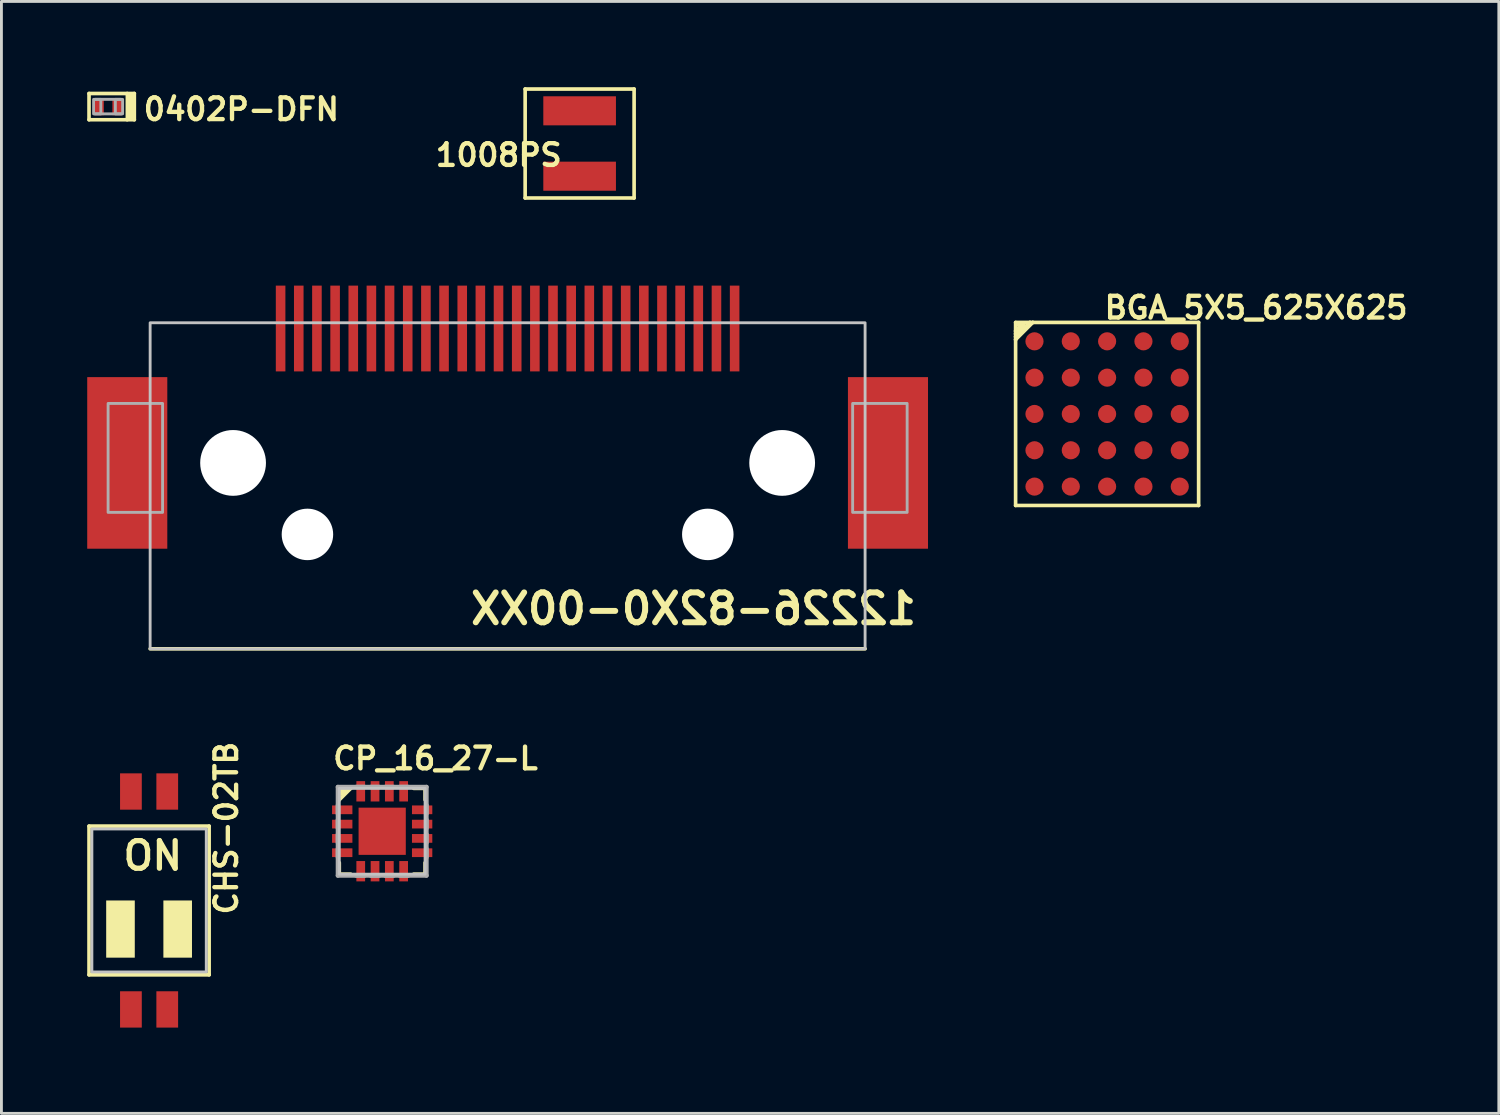
<source format=kicad_pcb>
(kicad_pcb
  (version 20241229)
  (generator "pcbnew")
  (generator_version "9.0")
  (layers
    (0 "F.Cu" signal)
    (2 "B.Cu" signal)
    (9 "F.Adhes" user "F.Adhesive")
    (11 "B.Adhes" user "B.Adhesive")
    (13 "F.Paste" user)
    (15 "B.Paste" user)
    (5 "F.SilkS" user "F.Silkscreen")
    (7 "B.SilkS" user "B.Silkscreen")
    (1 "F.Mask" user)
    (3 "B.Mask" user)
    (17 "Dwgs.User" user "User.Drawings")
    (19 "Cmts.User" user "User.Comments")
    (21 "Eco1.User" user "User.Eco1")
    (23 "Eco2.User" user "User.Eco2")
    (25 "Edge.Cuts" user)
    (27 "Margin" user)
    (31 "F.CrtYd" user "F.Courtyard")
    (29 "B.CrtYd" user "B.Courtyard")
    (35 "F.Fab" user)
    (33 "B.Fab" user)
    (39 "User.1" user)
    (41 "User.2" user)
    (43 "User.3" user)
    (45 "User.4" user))
  (footprint "BGA_5X5_625X625"
    (layer "F.Cu")
    (at 35.663 11.425)
    (property "Reference" "BGA_5X5_625X625" (at -0.175 -3.272 0) (layer "F.SilkS") (effects (font (size 0.76 0.76) (thickness 0.152)) (justify left bottom)))
    (attr through_hole)
    (fp_line (start -3.2 -3.2) (end -2.7 -3.2) (stroke (width 0.127) (type solid)) (layer "F.SilkS"))
    (fp_line (start -3.2 -2.9) (end -3.2 -3.2) (stroke (width 0.127) (type solid)) (layer "F.SilkS"))
    (fp_line (start -3.2 -2.9) (end -3 -3.1) (stroke (width 0.127) (type solid)) (layer "F.SilkS"))
    (fp_line (start -3.2 -2.8) (end -3.2 -2.9) (stroke (width 0.127) (type solid)) (layer "F.SilkS"))
    (fp_line (start -3.2 -2.7) (end -3.2 -2.8) (stroke (width 0.127) (type solid)) (layer "F.SilkS"))
    (fp_line (start -3.2 -2.6) (end -3.2 -2.7) (stroke (width 0.127) (type solid)) (layer "F.SilkS"))
    (fp_line (start -3.2 3.2) (end -3.2 -2.6) (stroke (width 0.127) (type solid)) (layer "F.SilkS"))
    (fp_line (start -3 -3.1) (end -3.1 -3.1) (stroke (width 0.127) (type solid)) (layer "F.SilkS"))
    (fp_line (start -2.9 -3.1) (end -3.2 -2.8) (stroke (width 0.127) (type solid)) (layer "F.SilkS"))
    (fp_line (start -2.7 -3.2) (end -3.2 -2.7) (stroke (width 0.127) (type solid)) (layer "F.SilkS"))
    (fp_line (start -2.7 -3.2) (end -2.6 -3.2) (stroke (width 0.127) (type solid)) (layer "F.SilkS"))
    (fp_line (start -2.6 -3.2) (end -3.2 -2.6) (stroke (width 0.127) (type solid)) (layer "F.SilkS"))
    (fp_line (start -2.6 -3.2) (end 3.2 -3.2) (stroke (width 0.127) (type solid)) (layer "F.SilkS"))
    (fp_line (start 3.2 -3.2) (end 3.2 3.2) (stroke (width 0.127) (type solid)) (layer "F.SilkS"))
    (fp_line (start 3.2 3.2) (end -3.2 3.2) (stroke (width 0.127) (type solid)) (layer "F.SilkS"))
    (pad "A1" smd roundrect (at -2.54 -2.54) (size 0.635 0.635) (layers "F.Cu" "F.Mask" "F.Paste") (roundrect_rratio 0.5))
    (pad "A2" smd roundrect (at -1.27 -2.54) (size 0.635 0.635) (layers "F.Cu" "F.Mask" "F.Paste") (roundrect_rratio 0.5))
    (pad "A3" smd roundrect (at 0 -2.54) (size 0.635 0.635) (layers "F.Cu" "F.Mask" "F.Paste") (roundrect_rratio 0.5))
    (pad "A4" smd roundrect (at 1.27 -2.54) (size 0.635 0.635) (layers "F.Cu" "F.Mask" "F.Paste") (roundrect_rratio 0.5))
    (pad "A5" smd roundrect (at 2.54 -2.54) (size 0.635 0.635) (layers "F.Cu" "F.Mask" "F.Paste") (roundrect_rratio 0.5))
    (pad "B1" smd roundrect (at -2.54 -1.27) (size 0.635 0.635) (layers "F.Cu" "F.Mask" "F.Paste") (roundrect_rratio 0.5))
    (pad "B2" smd roundrect (at -1.27 -1.27) (size 0.635 0.635) (layers "F.Cu" "F.Mask" "F.Paste") (roundrect_rratio 0.5))
    (pad "B3" smd roundrect (at 0 -1.27) (size 0.635 0.635) (layers "F.Cu" "F.Mask" "F.Paste") (roundrect_rratio 0.5))
    (pad "B4" smd roundrect (at 1.27 -1.27) (size 0.635 0.635) (layers "F.Cu" "F.Mask" "F.Paste") (roundrect_rratio 0.5))
    (pad "B5" smd roundrect (at 2.54 -1.27) (size 0.635 0.635) (layers "F.Cu" "F.Mask" "F.Paste") (roundrect_rratio 0.5))
    (pad "C1" smd roundrect (at -2.54 0) (size 0.635 0.635) (layers "F.Cu" "F.Mask" "F.Paste") (roundrect_rratio 0.5))
    (pad "C2" smd roundrect (at -1.27 0) (size 0.635 0.635) (layers "F.Cu" "F.Mask" "F.Paste") (roundrect_rratio 0.5))
    (pad "C3" smd roundrect (at 0 0) (size 0.635 0.635) (layers "F.Cu" "F.Mask" "F.Paste") (roundrect_rratio 0.5))
    (pad "C4" smd roundrect (at 1.27 0) (size 0.635 0.635) (layers "F.Cu" "F.Mask" "F.Paste") (roundrect_rratio 0.5))
    (pad "C5" smd roundrect (at 2.54 0) (size 0.635 0.635) (layers "F.Cu" "F.Mask" "F.Paste") (roundrect_rratio 0.5))
    (pad "D1" smd roundrect (at -2.54 1.27) (size 0.635 0.635) (layers "F.Cu" "F.Mask" "F.Paste") (roundrect_rratio 0.5))
    (pad "D2" smd roundrect (at -1.27 1.27) (size 0.635 0.635) (layers "F.Cu" "F.Mask" "F.Paste") (roundrect_rratio 0.5))
    (pad "D3" smd roundrect (at 0 1.27) (size 0.635 0.635) (layers "F.Cu" "F.Mask" "F.Paste") (roundrect_rratio 0.5))
    (pad "D4" smd roundrect (at 1.27 1.27) (size 0.635 0.635) (layers "F.Cu" "F.Mask" "F.Paste") (roundrect_rratio 0.5))
    (pad "D5" smd roundrect (at 2.54 1.27) (size 0.635 0.635) (layers "F.Cu" "F.Mask" "F.Paste") (roundrect_rratio 0.5))
    (pad "E1" smd roundrect (at -2.54 2.54) (size 0.635 0.635) (layers "F.Cu" "F.Mask" "F.Paste") (roundrect_rratio 0.5))
    (pad "E2" smd roundrect (at -1.27 2.54) (size 0.635 0.635) (layers "F.Cu" "F.Mask" "F.Paste") (roundrect_rratio 0.5))
    (pad "E3" smd roundrect (at 0 2.54) (size 0.635 0.635) (layers "F.Cu" "F.Mask" "F.Paste") (roundrect_rratio 0.5))
    (pad "E4" smd roundrect (at 1.27 2.54) (size 0.635 0.635) (layers "F.Cu" "F.Mask" "F.Paste") (roundrect_rratio 0.5))
    (pad "E5" smd roundrect (at 2.54 2.54) (size 0.635 0.635) (layers "F.Cu" "F.Mask" "F.Paste") (roundrect_rratio 0.5)))
  (footprint "CP_16_27-L"
    (layer "F.Cu")
    (at 10.314 26.017)
    (property "Reference" "CP_16_27-L" (at -1.8 -2.1 180) (layer "F.SilkS") (effects (font (size 0.76 0.76) (thickness 0.152)) (justify left bottom)))
    (attr through_hole)
    (fp_line (start -1.5 -1.5) (end -1.1 -1.5) (stroke (width 0.127) (type solid)) (layer "F.SilkS"))
    (fp_line (start -1.5 -1.3) (end -1.5 -1.5) (stroke (width 0.127) (type solid)) (layer "F.SilkS"))
    (fp_line (start -1.5 -1.3) (end -1.4 -1.4) (stroke (width 0.127) (type solid)) (layer "F.SilkS"))
    (fp_line (start -1.5 -1.1) (end -1.5 -1.3) (stroke (width 0.127) (type solid)) (layer "F.SilkS"))
    (fp_line (start -1.5 1.1) (end -1.5 1.5) (stroke (width 0.127) (type solid)) (layer "F.SilkS"))
    (fp_line (start -1.5 1.5) (end -1.1 1.5) (stroke (width 0.127) (type solid)) (layer "F.SilkS"))
    (fp_line (start -1.4 -1.4) (end -1.3 -1.4) (stroke (width 0.127) (type solid)) (layer "F.SilkS"))
    (fp_line (start -1.3 -1.4) (end -1.4 -1.3) (stroke (width 0.127) (type solid)) (layer "F.SilkS"))
    (fp_line (start -1.1 -1.5) (end -1.5 -1.1) (stroke (width 0.127) (type solid)) (layer "F.SilkS"))
    (fp_line (start 1.1 -1.5) (end 1.5 -1.5) (stroke (width 0.127) (type solid)) (layer "F.SilkS"))
    (fp_line (start 1.1 1.5) (end 1.5 1.5) (stroke (width 0.127) (type solid)) (layer "F.SilkS"))
    (fp_line (start 1.5 -1.5) (end 1.5 -1.1) (stroke (width 0.127) (type solid)) (layer "F.SilkS"))
    (fp_line (start 1.5 1.5) (end 1.5 1.1) (stroke (width 0.127) (type solid)) (layer "F.SilkS"))
    (fp_poly (pts (xy -0.7 0.7) (xy 0.7 0.7) (xy 0.7 -0.7) (xy -0.7 -0.7)) (stroke (width 0) (type solid)) (fill yes) (layer "F.Paste"))
    (fp_poly (pts (xy -1.5 1.5) (xy 1.5 1.5) (xy 1.5 -1.5) (xy -1.5 -1.5)) (stroke (width 0.1) (type solid)) (fill no) (layer "Dwgs.User"))
    (fp_line (start -1.549 -1.549) (end -1.549 1.549) (stroke (width 0.152) (type solid)) (layer "F.Fab"))
    (fp_line (start -1.549 -0.914) (end -1.549 -0.61) (stroke (width 0.152) (type solid)) (layer "F.Fab"))
    (fp_line (start -1.549 -0.406) (end -1.549 -0.102) (stroke (width 0.152) (type solid)) (layer "F.Fab"))
    (fp_line (start -1.549 0.102) (end -1.549 0.406) (stroke (width 0.152) (type solid)) (layer "F.Fab"))
    (fp_line (start -1.549 0.61) (end -1.549 0.914) (stroke (width 0.152) (type solid)) (layer "F.Fab"))
    (fp_line (start -1.549 1.549) (end 1.549 1.549) (stroke (width 0.152) (type solid)) (layer "F.Fab"))
    (fp_line (start -0.914 1.549) (end -0.61 1.549) (stroke (width 0.152) (type solid)) (layer "F.Fab"))
    (fp_line (start -0.61 -1.549) (end -0.914 -1.549) (stroke (width 0.152) (type solid)) (layer "F.Fab"))
    (fp_line (start -0.406 1.549) (end -0.102 1.549) (stroke (width 0.152) (type solid)) (layer "F.Fab"))
    (fp_line (start -0.102 -1.549) (end -0.406 -1.549) (stroke (width 0.152) (type solid)) (layer "F.Fab"))
    (fp_line (start 0.102 1.549) (end 0.406 1.549) (stroke (width 0.152) (type solid)) (layer "F.Fab"))
    (fp_line (start 0.406 -1.549) (end 0.102 -1.549) (stroke (width 0.152) (type solid)) (layer "F.Fab"))
    (fp_line (start 0.61 1.549) (end 0.914 1.549) (stroke (width 0.152) (type solid)) (layer "F.Fab"))
    (fp_line (start 0.914 -1.549) (end 0.61 -1.549) (stroke (width 0.152) (type solid)) (layer "F.Fab"))
    (fp_line (start 1.549 -1.549) (end -1.549 -1.549) (stroke (width 0.152) (type solid)) (layer "F.Fab"))
    (fp_line (start 1.549 -0.61) (end 1.549 -0.914) (stroke (width 0.152) (type solid)) (layer "F.Fab"))
    (fp_line (start 1.549 -0.102) (end 1.549 -0.406) (stroke (width 0.152) (type solid)) (layer "F.Fab"))
    (fp_line (start 1.549 0.406) (end 1.549 0.102) (stroke (width 0.152) (type solid)) (layer "F.Fab"))
    (fp_line (start 1.549 0.914) (end 1.549 0.61) (stroke (width 0.152) (type solid)) (layer "F.Fab"))
    (fp_line (start 1.549 1.549) (end 1.549 -1.549) (stroke (width 0.152) (type solid)) (layer "F.Fab"))
    (pad "1" smd rect (at -1.397 -0.75 270) (size 0.305 0.711) (layers "F.Cu" "F.Mask" "F.Paste"))
    (pad "2" smd rect (at -1.397 -0.25 270) (size 0.305 0.711) (layers "F.Cu" "F.Mask" "F.Paste"))
    (pad "3" smd rect (at -1.397 0.25 270) (size 0.305 0.711) (layers "F.Cu" "F.Mask" "F.Paste"))
    (pad "4" smd rect (at -1.397 0.75 270) (size 0.305 0.711) (layers "F.Cu" "F.Mask" "F.Paste"))
    (pad "5" smd rect (at -0.75 1.397 180) (size 0.305 0.711) (layers "F.Cu" "F.Mask" "F.Paste"))
    (pad "6" smd rect (at -0.25 1.397 180) (size 0.305 0.711) (layers "F.Cu" "F.Mask" "F.Paste"))
    (pad "7" smd rect (at 0.25 1.397 180) (size 0.305 0.711) (layers "F.Cu" "F.Mask" "F.Paste"))
    (pad "8" smd rect (at 0.75 1.397 180) (size 0.305 0.711) (layers "F.Cu" "F.Mask" "F.Paste"))
    (pad "9" smd rect (at 1.397 0.75 270) (size 0.305 0.711) (layers "F.Cu" "F.Mask" "F.Paste"))
    (pad "10" smd rect (at 1.397 0.25 270) (size 0.305 0.711) (layers "F.Cu" "F.Mask" "F.Paste"))
    (pad "11" smd rect (at 1.397 -0.25 270) (size 0.305 0.711) (layers "F.Cu" "F.Mask" "F.Paste"))
    (pad "12" smd rect (at 1.397 -0.75 270) (size 0.305 0.711) (layers "F.Cu" "F.Mask" "F.Paste"))
    (pad "13" smd rect (at 0.75 -1.397 180) (size 0.305 0.711) (layers "F.Cu" "F.Mask" "F.Paste"))
    (pad "14" smd rect (at 0.25 -1.397 180) (size 0.305 0.711) (layers "F.Cu" "F.Mask" "F.Paste"))
    (pad "15" smd rect (at -0.25 -1.397 180) (size 0.305 0.711) (layers "F.Cu" "F.Mask" "F.Paste"))
    (pad "16" smd rect (at -0.75 -1.397 180) (size 0.305 0.711) (layers "F.Cu" "F.Mask" "F.Paste"))
    (pad "PAD" smd rect (at 0 0) (size 1.651 1.651) (layers "F.Cu" "F.Mask")))
  (footprint "CHS-02TB"
    (layer "F.Cu")
    (at 2.163 28.437)
    (property "Reference" "CHS-02TB" (at 3.144 0.575 270) (layer "F.SilkS") (effects (font (size 0.76 0.76) (thickness 0.152)) (justify left bottom)))
    (attr through_hole)
    (fp_line (start -2.1 -2.6) (end -2.1 2.6) (stroke (width 0.127) (type solid)) (layer "F.SilkS"))
    (fp_line (start -2.1 2.6) (end 2.1 2.6) (stroke (width 0.127) (type solid)) (layer "F.SilkS"))
    (fp_line (start 2.1 -2.6) (end -2.1 -2.6) (stroke (width 0.127) (type solid)) (layer "F.SilkS"))
    (fp_line (start 2.1 2.6) (end 2.1 -2.6) (stroke (width 0.127) (type solid)) (layer "F.SilkS"))
    (fp_poly (pts (xy -1.5 2) (xy -0.5 2) (xy -0.5 0) (xy -1.5 0)) (stroke (width 0) (type solid)) (fill yes) (layer "F.SilkS"))
    (fp_poly (pts (xy 0.5 2) (xy 1.5 2) (xy 1.5 0) (xy 0.5 0)) (stroke (width 0) (type solid)) (fill yes) (layer "F.SilkS"))
    (fp_poly (pts (xy -2 2.5) (xy 2 2.5) (xy 2 -2.5) (xy -2 -2.5)) (stroke (width 0.1) (type solid)) (fill no) (layer "Dwgs.User"))
    (fp_text user "ON" (at -1 -1 0) (layer "F.SilkS") (effects (font (size 0.965 0.965) (thickness 0.183)) (justify left bottom)))
    (pad "1" smd rect (at -0.635 3.81) (size 0.76 1.27) (layers "F.Cu" "F.Mask" "F.Paste"))
    (pad "2" smd rect (at 0.635 3.81) (size 0.76 1.27) (layers "F.Cu" "F.Mask" "F.Paste"))
    (pad "3" smd rect (at 0.635 -3.81) (size 0.76 1.27) (layers "F.Cu" "F.Mask" "F.Paste"))
    (pad "4" smd rect (at -0.635 -3.81) (size 0.76 1.27) (layers "F.Cu" "F.Mask" "F.Paste")))
  (footprint "12226-82X0-00XX"
    (layer "F.Cu")
    (at 14.7 15.637)
    (property "Reference" "12226-82X0-00XX" (at 6.5 2.6 180) (layer "F.SilkS") (effects (font (size 1.045 1.045) (thickness 0.209)) (justify mirror)))
    (attr through_hole)
    (fp_line (start -12.5 4) (end 12.5 4) (stroke (width 0.127) (type solid)) (layer "F.SilkS"))
    (fp_poly (pts (xy -12.5 4) (xy 12.5 4) (xy 12.5 -7.4) (xy -12.5 -7.4)) (stroke (width 0.1) (type solid)) (fill no) (layer "Dwgs.User"))
    (fp_poly (pts (xy -13.97 -0.77) (xy -12.065 -0.77) (xy -12.065 -4.58) (xy -13.97 -4.58)) (stroke (width 0.1) (type solid)) (fill no) (layer "F.Fab"))
    (fp_poly (pts (xy 12.065 -0.77) (xy 13.97 -0.77) (xy 13.97 -4.58) (xy 12.065 -4.58)) (stroke (width 0.1) (type solid)) (fill no) (layer "F.Fab"))
    (pad "" np_thru_hole circle (at -9.6 -2.5) (size 2.3 2.3) (drill 2.3) (layers "*.Cu" "*.Mask"))
    (pad "" np_thru_hole circle (at -7 0) (size 1.8 1.8) (drill 1.8) (layers "*.Cu" "*.Mask"))
    (pad "" np_thru_hole circle (at 7 0) (size 1.8 1.8) (drill 1.8) (layers "*.Cu" "*.Mask"))
    (pad "" np_thru_hole circle (at 9.6 -2.5) (size 2.3 2.3) (drill 2.3) (layers "*.Cu" "*.Mask"))
    (pad "1" smd rect (at 7.938 -7.2 180) (size 0.335 3) (layers "F.Cu" "F.Mask" "F.Paste"))
    (pad "2" smd rect (at 6.668 -7.2 180) (size 0.335 3) (layers "F.Cu" "F.Mask" "F.Paste"))
    (pad "3" smd rect (at 5.397 -7.2 180) (size 0.335 3) (layers "F.Cu" "F.Mask" "F.Paste"))
    (pad "4" smd rect (at 4.128 -7.2 180) (size 0.335 3) (layers "F.Cu" "F.Mask" "F.Paste"))
    (pad "5" smd rect (at 2.857 -7.2 180) (size 0.335 3) (layers "F.Cu" "F.Mask" "F.Paste"))
    (pad "6" smd rect (at 1.587 -7.2 180) (size 0.335 3) (layers "F.Cu" "F.Mask" "F.Paste"))
    (pad "7" smd rect (at 0.318 -7.2 180) (size 0.335 3) (layers "F.Cu" "F.Mask" "F.Paste"))
    (pad "8" smd rect (at -0.953 -7.2 180) (size 0.335 3) (layers "F.Cu" "F.Mask" "F.Paste"))
    (pad "9" smd rect (at -2.223 -7.2 180) (size 0.335 3) (layers "F.Cu" "F.Mask" "F.Paste"))
    (pad "10" smd rect (at -3.493 -7.2 180) (size 0.335 3) (layers "F.Cu" "F.Mask" "F.Paste"))
    (pad "11" smd rect (at -4.763 -7.2 180) (size 0.335 3) (layers "F.Cu" "F.Mask" "F.Paste"))
    (pad "12" smd rect (at -6.032 -7.2 180) (size 0.335 3) (layers "F.Cu" "F.Mask" "F.Paste"))
    (pad "13" smd rect (at -7.303 -7.2 180) (size 0.335 3) (layers "F.Cu" "F.Mask" "F.Paste"))
    (pad "14" smd rect (at 7.303 -7.2 180) (size 0.335 3) (layers "F.Cu" "F.Mask" "F.Paste"))
    (pad "15" smd rect (at 6.032 -7.2 180) (size 0.335 3) (layers "F.Cu" "F.Mask" "F.Paste"))
    (pad "16" smd rect (at 4.763 -7.2 180) (size 0.335 3) (layers "F.Cu" "F.Mask" "F.Paste"))
    (pad "17" smd rect (at 3.493 -7.2 180) (size 0.335 3) (layers "F.Cu" "F.Mask" "F.Paste"))
    (pad "18" smd rect (at 2.223 -7.2 180) (size 0.335 3) (layers "F.Cu" "F.Mask" "F.Paste"))
    (pad "19" smd rect (at 0.953 -7.2 180) (size 0.335 3) (layers "F.Cu" "F.Mask" "F.Paste"))
    (pad "20" smd rect (at -0.318 -7.2 180) (size 0.335 3) (layers "F.Cu" "F.Mask" "F.Paste"))
    (pad "21" smd rect (at -1.587 -7.2 180) (size 0.335 3) (layers "F.Cu" "F.Mask" "F.Paste"))
    (pad "22" smd rect (at -2.857 -7.2 180) (size 0.335 3) (layers "F.Cu" "F.Mask" "F.Paste"))
    (pad "23" smd rect (at -4.128 -7.2 180) (size 0.335 3) (layers "F.Cu" "F.Mask" "F.Paste"))
    (pad "24" smd rect (at -5.397 -7.2 180) (size 0.335 3) (layers "F.Cu" "F.Mask" "F.Paste"))
    (pad "25" smd rect (at -6.668 -7.2 180) (size 0.335 3) (layers "F.Cu" "F.Mask" "F.Paste"))
    (pad "26" smd rect (at -7.938 -7.2 180) (size 0.335 3) (layers "F.Cu" "F.Mask" "F.Paste"))
    (pad "PAD1" smd rect (at -13.3 -2.5 90) (size 6 2.8) (layers "F.Cu" "F.Mask" "F.Paste"))
    (pad "PAD2" smd rect (at 13.3 -2.5 90) (size 6 2.8) (layers "F.Cu" "F.Mask" "F.Paste")))
  (footprint "1008PS"
    (layer "F.Cu")
    (at 17.218 1.968)
    (property "Reference" "1008PS" (at -0.54 -0.04 0) (layer "F.SilkS") (effects (font (size 0.76 0.76) (thickness 0.152)) (justify right top)))
    (attr through_hole)
    (fp_line (start -1.905 -1.905) (end -1.905 1.905) (stroke (width 0.127) (type solid)) (layer "F.SilkS"))
    (fp_line (start -1.905 1.905) (end 1.905 1.905) (stroke (width 0.127) (type solid)) (layer "F.SilkS"))
    (fp_line (start 1.905 -1.905) (end -1.905 -1.905) (stroke (width 0.127) (type solid)) (layer "F.SilkS"))
    (fp_line (start 1.905 1.905) (end 1.905 -1.905) (stroke (width 0.127) (type solid)) (layer "F.SilkS"))
    (pad "1" smd rect (at 0 -1.143 180) (size 2.54 1.016) (layers "F.Cu" "F.Mask" "F.Paste"))
    (pad "2" smd rect (at 0 1.143 180) (size 2.54 1.016) (layers "F.Cu" "F.Mask" "F.Paste")))
  (footprint "0402P-DFN"
    (layer "F.Cu")
    (at 0.73 0.678)
    (property "Reference" "0402P-DFN" (at 1.157 0.538 0) (layer "F.SilkS") (effects (font (size 0.76 0.76) (thickness 0.152)) (justify left bottom)))
    (attr through_hole)
    (fp_line (start -0.667 -0.459) (end 0.667 -0.459) (stroke (width 0.127) (type solid)) (layer "F.SilkS"))
    (fp_line (start -0.667 0.459) (end -0.667 -0.459) (stroke (width 0.127) (type solid)) (layer "F.SilkS"))
    (fp_line (start 0.667 -0.459) (end 0.917 -0.459) (stroke (width 0.127) (type solid)) (layer "F.SilkS"))
    (fp_line (start 0.667 0.459) (end -0.667 0.459) (stroke (width 0.127) (type solid)) (layer "F.SilkS"))
    (fp_line (start 0.917 -0.459) (end 0.917 0.459) (stroke (width 0.127) (type solid)) (layer "F.SilkS"))
    (fp_line (start 0.917 0.459) (end 0.667 0.459) (stroke (width 0.127) (type solid)) (layer "F.SilkS"))
    (fp_poly (pts (xy 0.61 0.44) (xy 0.92 0.44) (xy 0.92 -0.44) (xy 0.61 -0.44)) (stroke (width 0) (type solid)) (fill yes) (layer "F.SilkS"))
    (fp_poly (pts (xy -0.45 0.24) (xy -0.2 0.24) (xy -0.2 -0.25) (xy -0.45 -0.25)) (stroke (width 0) (type solid)) (fill yes) (layer "F.Paste"))
    (fp_poly (pts (xy 0.2 0.24) (xy 0.45 0.24) (xy 0.45 -0.25) (xy 0.2 -0.25)) (stroke (width 0) (type solid)) (fill yes) (layer "F.Paste"))
    (fp_line (start -0.457 -0.254) (end 0.457 -0.254) (stroke (width 0.102) (type solid)) (layer "F.Fab"))
    (fp_line (start 0.457 0.254) (end -0.457 0.254) (stroke (width 0.102) (type solid)) (layer "F.Fab"))
    (fp_poly (pts (xy -0.508 0.254) (xy -0.254 0.254) (xy -0.254 -0.254) (xy -0.508 -0.254)) (stroke (width 0.1) (type solid)) (fill no) (layer "F.Fab"))
    (fp_poly (pts (xy 0.254 0.254) (xy 0.508 0.254) (xy 0.508 -0.254) (xy 0.254 -0.254)) (stroke (width 0.1) (type solid)) (fill no) (layer "F.Fab"))
    (pad "A" smd rect (at -0.325 0) (size 0.35 0.6) (layers "F.Cu" "F.Mask"))
    (pad "C" smd rect (at 0.325 0) (size 0.35 0.6) (layers "F.Cu" "F.Mask")))
  (gr_rect
    (start -3 -3)
    (end 49.36 35.882)
    (stroke (width 0.1) (type default))
    (fill no)
    (layer "Edge.Cuts")))
</source>
